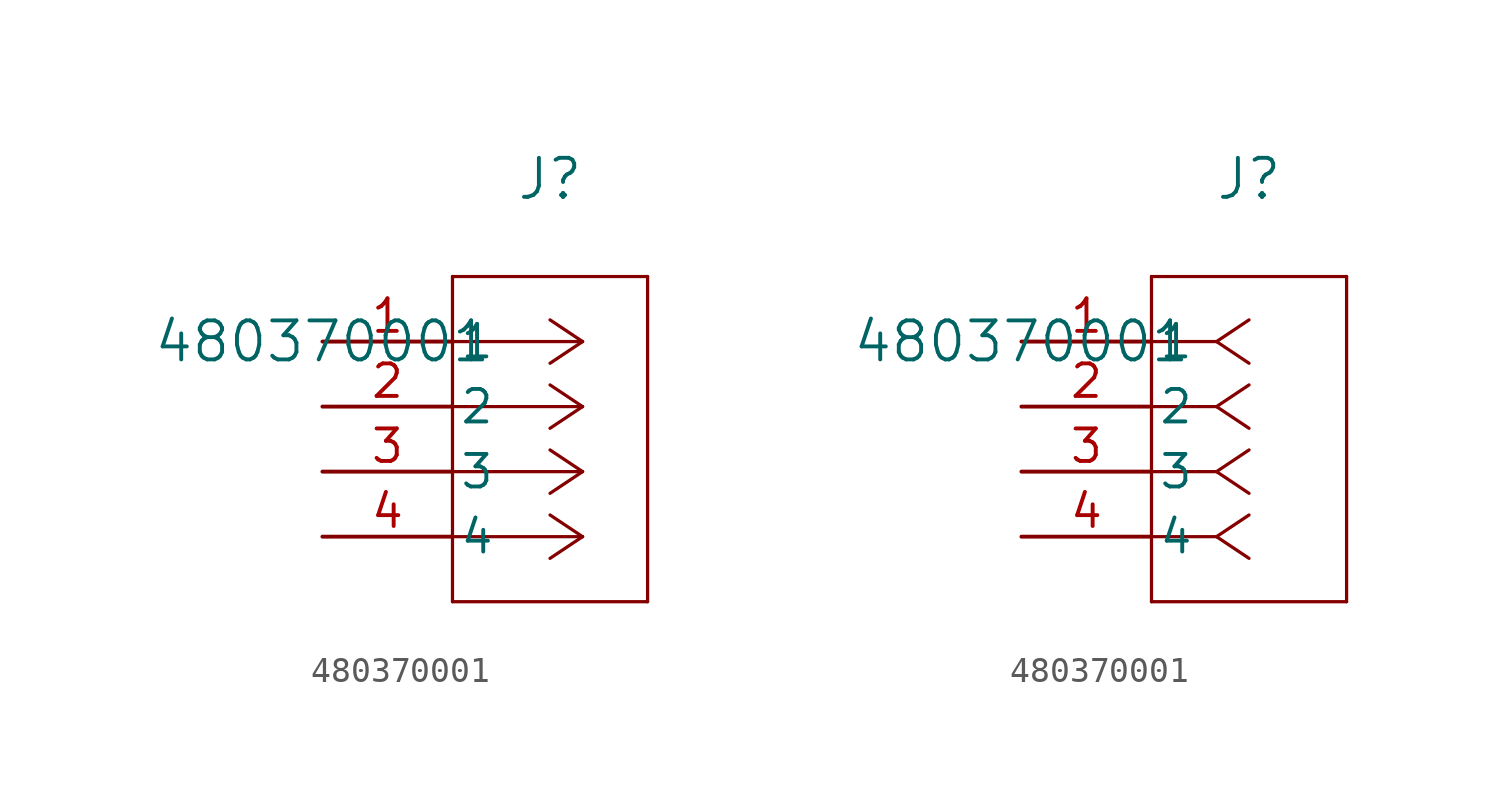
<source format=kicad_sym>
(kicad_symbol_lib
  (version 20211014)
  (generator kicad_symbol_editor)
  (symbol "480370001"
    (pin_names
      (offset 0.254))
    (property "Reference" "J"
      (at 8.89 6.35 0)
      (effects (font (size 1.524 1.524))))
    (property "Value" "480370001"
      (at 0 0 0)
      (effects (font (size 1.524 1.524))))
    (symbol "480370001_1_1"
      (polyline (pts (xy 10.16 0) (xy 5.08 0)) (stroke (width 0.127) (type default) (color 0 0 0 0)) (fill (type none)))
      (polyline (pts (xy 10.16 -2.54) (xy 5.08 -2.54)) (stroke (width 0.127) (type default) (color 0 0 0 0)) (fill (type none)))
      (polyline (pts (xy 10.16 -5.08) (xy 5.08 -5.08)) (stroke (width 0.127) (type default) (color 0 0 0 0)) (fill (type none)))
      (polyline (pts (xy 10.16 -7.62) (xy 5.08 -7.62)) (stroke (width 0.127) (type default) (color 0 0 0 0)) (fill (type none)))
      (polyline (pts (xy 10.16 0) (xy 8.89 0.847)) (stroke (width 0.127) (type default) (color 0 0 0 0)) (fill (type none)))
      (polyline (pts (xy 10.16 -2.54) (xy 8.89 -1.693)) (stroke (width 0.127) (type default) (color 0 0 0 0)) (fill (type none)))
      (polyline (pts (xy 10.16 -5.08) (xy 8.89 -4.233)) (stroke (width 0.127) (type default) (color 0 0 0 0)) (fill (type none)))
      (polyline (pts (xy 10.16 -7.62) (xy 8.89 -6.773)) (stroke (width 0.127) (type default) (color 0 0 0 0)) (fill (type none)))
      (polyline (pts (xy 10.16 0) (xy 8.89 -0.847)) (stroke (width 0.127) (type default) (color 0 0 0 0)) (fill (type none)))
      (polyline (pts (xy 10.16 -2.54) (xy 8.89 -3.387)) (stroke (width 0.127) (type default) (color 0 0 0 0)) (fill (type none)))
      (polyline (pts (xy 10.16 -5.08) (xy 8.89 -5.927)) (stroke (width 0.127) (type default) (color 0 0 0 0)) (fill (type none)))
      (polyline (pts (xy 10.16 -7.62) (xy 8.89 -8.467)) (stroke (width 0.127) (type default) (color 0 0 0 0)) (fill (type none)))
      (polyline (pts (xy 5.08 2.54) (xy 5.08 -10.16)) (stroke (width 0.127) (type default) (color 0 0 0 0)) (fill (type none)))
      (polyline (pts (xy 5.08 -10.16) (xy 12.7 -10.16)) (stroke (width 0.127) (type default) (color 0 0 0 0)) (fill (type none)))
      (polyline (pts (xy 12.7 -10.16) (xy 12.7 2.54)) (stroke (width 0.127) (type default) (color 0 0 0 0)) (fill (type none)))
      (polyline (pts (xy 12.7 2.54) (xy 5.08 2.54)) (stroke (width 0.127) (type default) (color 0 0 0 0)) (fill (type none)))
      (pin unspecified line (at 0 0 0) (length 5.08) (name "1" (effects (font (size 1.27 1.27)))) (number "1" (effects (font (size 1.27 1.27)))))
      (pin unspecified line (at 0 -2.54 0) (length 5.08) (name "2" (effects (font (size 1.27 1.27)))) (number "2" (effects (font (size 1.27 1.27)))))
      (pin unspecified line (at 0 -5.08 0) (length 5.08) (name "3" (effects (font (size 1.27 1.27)))) (number "3" (effects (font (size 1.27 1.27)))))
      (pin unspecified line (at 0 -7.62 0) (length 5.08) (name "4" (effects (font (size 1.27 1.27)))) (number "4" (effects (font (size 1.27 1.27))))))
    (symbol "480370001_1_2"
      (polyline (pts (xy 7.62 0) (xy 5.08 0)) (stroke (width 0.127) (type default) (color 0 0 0 0)) (fill (type none)))
      (polyline (pts (xy 7.62 -2.54) (xy 5.08 -2.54)) (stroke (width 0.127) (type default) (color 0 0 0 0)) (fill (type none)))
      (polyline (pts (xy 7.62 -5.08) (xy 5.08 -5.08)) (stroke (width 0.127) (type default) (color 0 0 0 0)) (fill (type none)))
      (polyline (pts (xy 7.62 -7.62) (xy 5.08 -7.62)) (stroke (width 0.127) (type default) (color 0 0 0 0)) (fill (type none)))
      (polyline (pts (xy 7.62 0) (xy 8.89 0.847)) (stroke (width 0.127) (type default) (color 0 0 0 0)) (fill (type none)))
      (polyline (pts (xy 7.62 -2.54) (xy 8.89 -1.693)) (stroke (width 0.127) (type default) (color 0 0 0 0)) (fill (type none)))
      (polyline (pts (xy 7.62 -5.08) (xy 8.89 -4.233)) (stroke (width 0.127) (type default) (color 0 0 0 0)) (fill (type none)))
      (polyline (pts (xy 7.62 -7.62) (xy 8.89 -6.773)) (stroke (width 0.127) (type default) (color 0 0 0 0)) (fill (type none)))
      (polyline (pts (xy 7.62 0) (xy 8.89 -0.847)) (stroke (width 0.127) (type default) (color 0 0 0 0)) (fill (type none)))
      (polyline (pts (xy 7.62 -2.54) (xy 8.89 -3.387)) (stroke (width 0.127) (type default) (color 0 0 0 0)) (fill (type none)))
      (polyline (pts (xy 7.62 -5.08) (xy 8.89 -5.927)) (stroke (width 0.127) (type default) (color 0 0 0 0)) (fill (type none)))
      (polyline (pts (xy 7.62 -7.62) (xy 8.89 -8.467)) (stroke (width 0.127) (type default) (color 0 0 0 0)) (fill (type none)))
      (polyline (pts (xy 5.08 2.54) (xy 5.08 -10.16)) (stroke (width 0.127) (type default) (color 0 0 0 0)) (fill (type none)))
      (polyline (pts (xy 5.08 -10.16) (xy 12.7 -10.16)) (stroke (width 0.127) (type default) (color 0 0 0 0)) (fill (type none)))
      (polyline (pts (xy 12.7 -10.16) (xy 12.7 2.54)) (stroke (width 0.127) (type default) (color 0 0 0 0)) (fill (type none)))
      (polyline (pts (xy 12.7 2.54) (xy 5.08 2.54)) (stroke (width 0.127) (type default) (color 0 0 0 0)) (fill (type none)))
      (pin unspecified line (at 0 0 0) (length 5.08) (name "1" (effects (font (size 1.27 1.27)))) (number "1" (effects (font (size 1.27 1.27)))))
      (pin unspecified line (at 0 -2.54 0) (length 5.08) (name "2" (effects (font (size 1.27 1.27)))) (number "2" (effects (font (size 1.27 1.27)))))
      (pin unspecified line (at 0 -5.08 0) (length 5.08) (name "3" (effects (font (size 1.27 1.27)))) (number "3" (effects (font (size 1.27 1.27)))))
      (pin unspecified line (at 0 -7.62 0) (length 5.08) (name "4" (effects (font (size 1.27 1.27)))) (number "4" (effects (font (size 1.27 1.27))))))))
</source>
